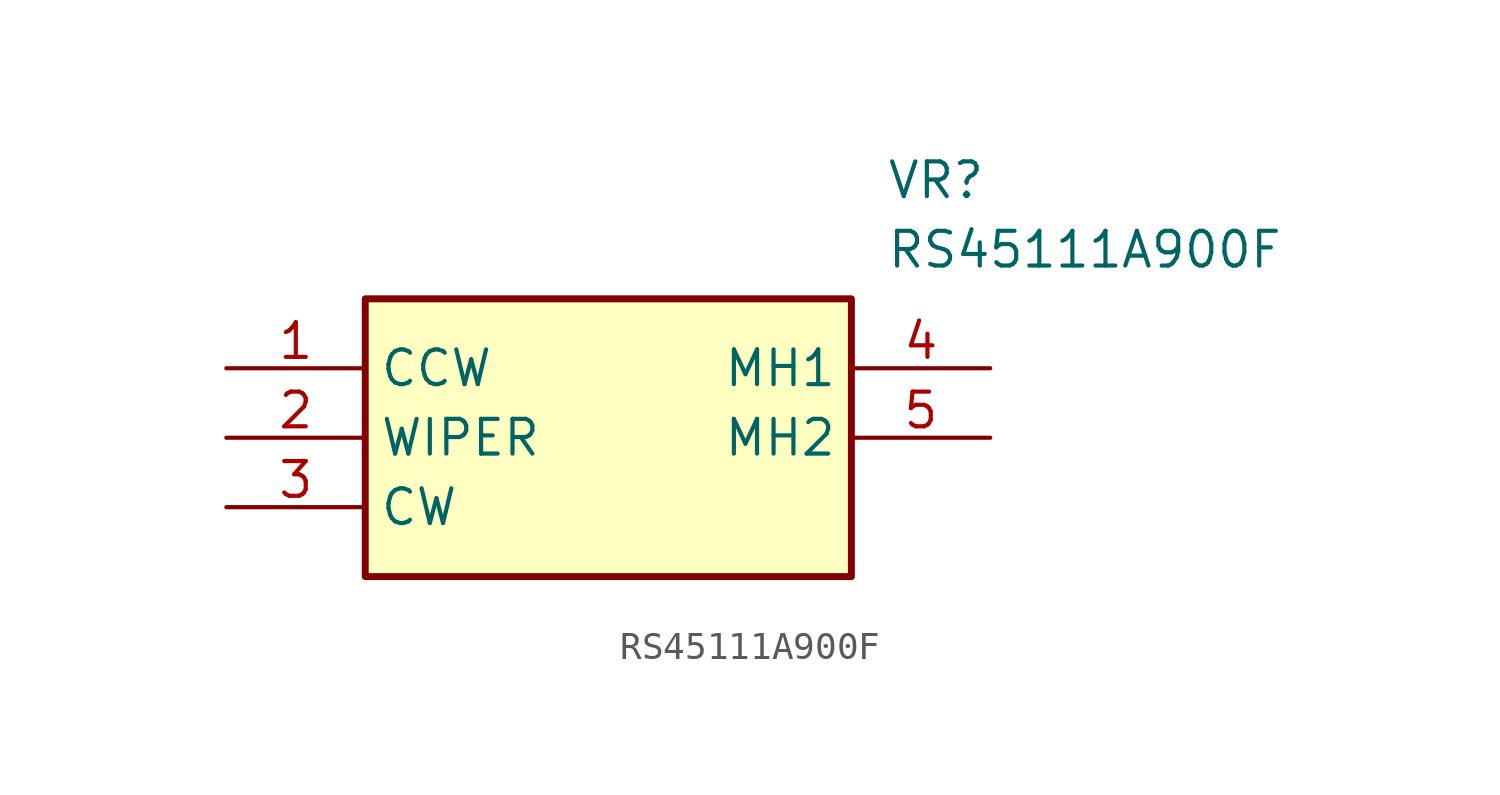
<source format=kicad_sym>
(kicad_symbol_lib
  (version 20211014)
  (generator SamacSys_ECAD_Model)
  (symbol "RS45111A900F"
    (property "Reference" "VR"
      (at 24.13 7.62 0)
      (effects (font (size 1.27 1.27)) (justify left top)))
    (property "Value" "RS45111A900F"
      (at 24.13 5.08 0)
      (effects (font (size 1.27 1.27)) (justify left top)))
    (rectangle
      (start 5.08 2.54)
      (end 22.86 -7.62)
      (stroke (width 0.254) (type default))
      (fill (type background)))
    (pin passive line
      (at 0 0 0)
      (length 5.08)
      (name "CCW" (effects (font (size 1.27 1.27))))
      (number "1" (effects (font (size 1.27 1.27)))))
    (pin passive line
      (at 0 -2.54 0)
      (length 5.08)
      (name "WIPER" (effects (font (size 1.27 1.27))))
      (number "2" (effects (font (size 1.27 1.27)))))
    (pin passive line
      (at 0 -5.08 0)
      (length 5.08)
      (name "CW" (effects (font (size 1.27 1.27))))
      (number "3" (effects (font (size 1.27 1.27)))))
    (pin passive line
      (at 27.94 0 180)
      (length 5.08)
      (name "MH1" (effects (font (size 1.27 1.27))))
      (number "4" (effects (font (size 1.27 1.27)))))
    (pin passive line
      (at 27.94 -2.54 180)
      (length 5.08)
      (name "MH2" (effects (font (size 1.27 1.27))))
      (number "5" (effects (font (size 1.27 1.27)))))))
</source>
